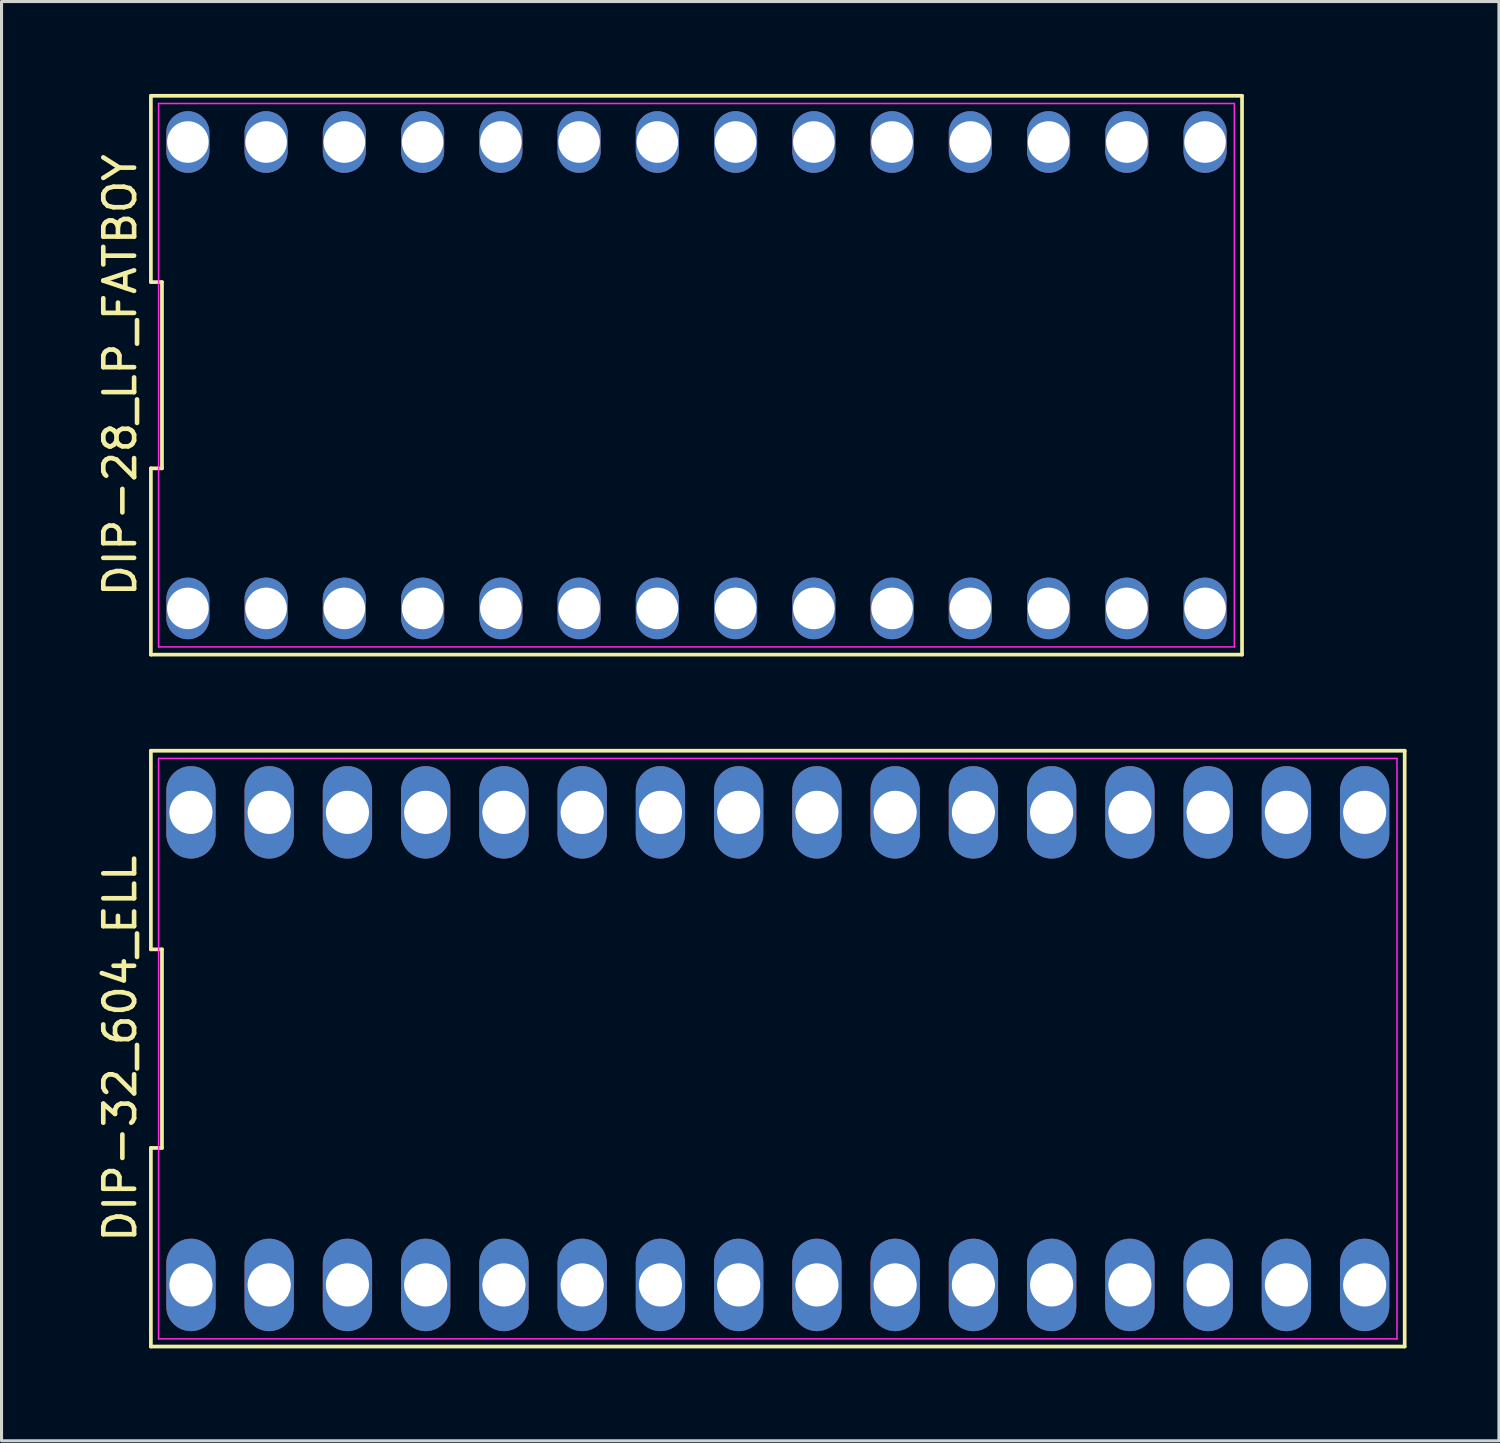
<source format=kicad_pcb>
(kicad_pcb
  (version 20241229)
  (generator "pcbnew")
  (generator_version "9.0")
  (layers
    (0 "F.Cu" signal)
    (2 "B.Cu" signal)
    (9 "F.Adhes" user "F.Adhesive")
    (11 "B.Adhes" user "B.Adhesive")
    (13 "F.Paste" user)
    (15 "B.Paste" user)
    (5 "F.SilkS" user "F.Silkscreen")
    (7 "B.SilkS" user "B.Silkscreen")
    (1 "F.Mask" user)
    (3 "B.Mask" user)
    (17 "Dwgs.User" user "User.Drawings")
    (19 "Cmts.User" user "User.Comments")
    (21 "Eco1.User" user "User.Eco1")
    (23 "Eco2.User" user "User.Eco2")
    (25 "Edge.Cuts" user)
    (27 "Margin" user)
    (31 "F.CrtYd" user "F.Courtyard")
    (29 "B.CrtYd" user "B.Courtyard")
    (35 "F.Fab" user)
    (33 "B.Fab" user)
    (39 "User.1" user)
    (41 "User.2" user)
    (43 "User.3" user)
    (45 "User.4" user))
  (footprint "DIP-28_LP_FATBOY"
    (layer "F.Cu")
    (at 19.558 9.13)
    (property "Reference" "DIP-28_LP_FATBOY" (at -18.71 0 90) (layer "F.SilkS") (effects (font (size 1 1) (thickness 0.15))))
    (fp_line (start -17.71 -9.07) (end -17.71 -3.023) (stroke (width 0.12) (type solid)) (layer "F.SilkS"))
    (fp_line (start -17.71 -3.023) (end -17.35 -3.023) (stroke (width 0.12) (type solid)) (layer "F.SilkS"))
    (fp_line (start -17.71 3.023) (end -17.71 9.07) (stroke (width 0.12) (type solid)) (layer "F.SilkS"))
    (fp_line (start -17.71 9.07) (end 17.71 9.07) (stroke (width 0.12) (type solid)) (layer "F.SilkS"))
    (fp_line (start -17.35 -3.023) (end -17.35 3.023) (stroke (width 0.12) (type solid)) (layer "F.SilkS"))
    (fp_line (start -17.35 3.023) (end -17.71 3.023) (stroke (width 0.12) (type solid)) (layer "F.SilkS"))
    (fp_line (start 17.71 -9.07) (end -17.71 -9.07) (stroke (width 0.12) (type solid)) (layer "F.SilkS"))
    (fp_line (start 17.71 9.07) (end 17.71 -9.07) (stroke (width 0.12) (type solid)) (layer "F.SilkS"))
    (fp_line (start -17.46 -8.82) (end 17.46 -8.82) (stroke (width 0.05) (type solid)) (layer "F.CrtYd"))
    (fp_line (start -17.46 8.82) (end -17.46 -8.82) (stroke (width 0.05) (type solid)) (layer "F.CrtYd"))
    (fp_line (start 17.46 -8.82) (end 17.46 8.82) (stroke (width 0.05) (type solid)) (layer "F.CrtYd"))
    (fp_line (start 17.46 8.82) (end -17.46 8.82) (stroke (width 0.05) (type solid)) (layer "F.CrtYd"))
    (pad "1" thru_hole oval (at -16.51 7.57) (size 1.4 2) (drill 1.35) (layers "*.Cu" "*.Mask"))
    (pad "2" thru_hole oval (at -13.97 7.57) (size 1.4 2) (drill 1.35) (layers "*.Cu" "*.Mask"))
    (pad "3" thru_hole oval (at -11.43 7.57) (size 1.4 2) (drill 1.35) (layers "*.Cu" "*.Mask"))
    (pad "4" thru_hole oval (at -8.89 7.57) (size 1.4 2) (drill 1.35) (layers "*.Cu" "*.Mask"))
    (pad "5" thru_hole oval (at -6.35 7.57) (size 1.4 2) (drill 1.35) (layers "*.Cu" "*.Mask"))
    (pad "6" thru_hole oval (at -3.81 7.57) (size 1.4 2) (drill 1.35) (layers "*.Cu" "*.Mask"))
    (pad "7" thru_hole oval (at -1.27 7.57) (size 1.4 2) (drill 1.35) (layers "*.Cu" "*.Mask"))
    (pad "8" thru_hole oval (at 1.27 7.57) (size 1.4 2) (drill 1.35) (layers "*.Cu" "*.Mask"))
    (pad "9" thru_hole oval (at 3.81 7.57) (size 1.4 2) (drill 1.35) (layers "*.Cu" "*.Mask"))
    (pad "10" thru_hole oval (at 6.35 7.57) (size 1.4 2) (drill 1.35) (layers "*.Cu" "*.Mask"))
    (pad "11" thru_hole oval (at 8.89 7.57) (size 1.4 2) (drill 1.35) (layers "*.Cu" "*.Mask"))
    (pad "12" thru_hole oval (at 11.43 7.57) (size 1.4 2) (drill 1.35) (layers "*.Cu" "*.Mask"))
    (pad "13" thru_hole oval (at 13.97 7.57) (size 1.4 2) (drill 1.35) (layers "*.Cu" "*.Mask"))
    (pad "14" thru_hole oval (at 16.51 7.57) (size 1.4 2) (drill 1.35) (layers "*.Cu" "*.Mask"))
    (pad "15" thru_hole oval (at 16.51 -7.57) (size 1.4 2) (drill 1.35) (layers "*.Cu" "*.Mask"))
    (pad "16" thru_hole oval (at 13.97 -7.57) (size 1.4 2) (drill 1.35) (layers "*.Cu" "*.Mask"))
    (pad "17" thru_hole oval (at 11.43 -7.57) (size 1.4 2) (drill 1.35) (layers "*.Cu" "*.Mask"))
    (pad "18" thru_hole oval (at 8.89 -7.57) (size 1.4 2) (drill 1.35) (layers "*.Cu" "*.Mask"))
    (pad "19" thru_hole oval (at 6.35 -7.57) (size 1.4 2) (drill 1.35) (layers "*.Cu" "*.Mask"))
    (pad "20" thru_hole oval (at 3.81 -7.57) (size 1.4 2) (drill 1.35) (layers "*.Cu" "*.Mask"))
    (pad "21" thru_hole oval (at 1.27 -7.57) (size 1.4 2) (drill 1.35) (layers "*.Cu" "*.Mask"))
    (pad "22" thru_hole oval (at -1.27 -7.57) (size 1.4 2) (drill 1.35) (layers "*.Cu" "*.Mask"))
    (pad "23" thru_hole oval (at -3.81 -7.57) (size 1.4 2) (drill 1.35) (layers "*.Cu" "*.Mask"))
    (pad "24" thru_hole oval (at -6.35 -7.57) (size 1.4 2) (drill 1.35) (layers "*.Cu" "*.Mask"))
    (pad "25" thru_hole oval (at -8.89 -7.57) (size 1.4 2) (drill 1.35) (layers "*.Cu" "*.Mask"))
    (pad "26" thru_hole oval (at -11.43 -7.57) (size 1.4 2) (drill 1.35) (layers "*.Cu" "*.Mask"))
    (pad "27" thru_hole oval (at -13.97 -7.57) (size 1.4 2) (drill 1.35) (layers "*.Cu" "*.Mask"))
    (pad "28" thru_hole oval (at -16.51 -7.57) (size 1.4 2) (drill 1.35) (layers "*.Cu" "*.Mask")))
  (footprint "DIP-32_604_ELL"
    (layer "F.Cu")
    (at 22.198 30.99)
    (property "Reference" "DIP-32_604_ELL" (at -21.35 0 90) (layer "F.SilkS") (effects (font (size 1 1) (thickness 0.15))))
    (fp_line (start -20.35 -9.67) (end -20.35 -3.223) (stroke (width 0.12) (type solid)) (layer "F.SilkS"))
    (fp_line (start -20.35 -3.223) (end -19.99 -3.223) (stroke (width 0.12) (type solid)) (layer "F.SilkS"))
    (fp_line (start -20.35 3.223) (end -20.35 9.67) (stroke (width 0.12) (type solid)) (layer "F.SilkS"))
    (fp_line (start -20.35 9.67) (end 20.35 9.67) (stroke (width 0.12) (type solid)) (layer "F.SilkS"))
    (fp_line (start -19.99 -3.223) (end -19.99 3.223) (stroke (width 0.12) (type solid)) (layer "F.SilkS"))
    (fp_line (start -19.99 3.223) (end -20.35 3.223) (stroke (width 0.12) (type solid)) (layer "F.SilkS"))
    (fp_line (start 20.35 -9.67) (end -20.35 -9.67) (stroke (width 0.12) (type solid)) (layer "F.SilkS"))
    (fp_line (start 20.35 9.67) (end 20.35 -9.67) (stroke (width 0.12) (type solid)) (layer "F.SilkS"))
    (fp_line (start -20.1 -9.42) (end 20.1 -9.42) (stroke (width 0.05) (type solid)) (layer "F.CrtYd"))
    (fp_line (start -20.1 9.42) (end -20.1 -9.42) (stroke (width 0.05) (type solid)) (layer "F.CrtYd"))
    (fp_line (start 20.1 -9.42) (end 20.1 9.42) (stroke (width 0.05) (type solid)) (layer "F.CrtYd"))
    (fp_line (start 20.1 9.42) (end -20.1 9.42) (stroke (width 0.05) (type solid)) (layer "F.CrtYd"))
    (pad "1" thru_hole oval (at -19.05 7.67) (size 1.6 3) (drill 1.4) (layers "*.Cu" "*.Mask"))
    (pad "2" thru_hole oval (at -16.51 7.67) (size 1.6 3) (drill 1.4) (layers "*.Cu" "*.Mask"))
    (pad "3" thru_hole oval (at -13.97 7.67) (size 1.6 3) (drill 1.4) (layers "*.Cu" "*.Mask"))
    (pad "4" thru_hole oval (at -11.43 7.67) (size 1.6 3) (drill 1.4) (layers "*.Cu" "*.Mask"))
    (pad "5" thru_hole oval (at -8.89 7.67) (size 1.6 3) (drill 1.4) (layers "*.Cu" "*.Mask"))
    (pad "6" thru_hole oval (at -6.35 7.67) (size 1.6 3) (drill 1.4) (layers "*.Cu" "*.Mask"))
    (pad "7" thru_hole oval (at -3.81 7.67) (size 1.6 3) (drill 1.4) (layers "*.Cu" "*.Mask"))
    (pad "8" thru_hole oval (at -1.27 7.67) (size 1.6 3) (drill 1.4) (layers "*.Cu" "*.Mask"))
    (pad "9" thru_hole oval (at 1.27 7.67) (size 1.6 3) (drill 1.4) (layers "*.Cu" "*.Mask"))
    (pad "10" thru_hole oval (at 3.81 7.67) (size 1.6 3) (drill 1.4) (layers "*.Cu" "*.Mask"))
    (pad "11" thru_hole oval (at 6.35 7.67) (size 1.6 3) (drill 1.4) (layers "*.Cu" "*.Mask"))
    (pad "12" thru_hole oval (at 8.89 7.67) (size 1.6 3) (drill 1.4) (layers "*.Cu" "*.Mask"))
    (pad "13" thru_hole oval (at 11.43 7.67) (size 1.6 3) (drill 1.4) (layers "*.Cu" "*.Mask"))
    (pad "14" thru_hole oval (at 13.97 7.67) (size 1.6 3) (drill 1.4) (layers "*.Cu" "*.Mask"))
    (pad "15" thru_hole oval (at 16.51 7.67) (size 1.6 3) (drill 1.4) (layers "*.Cu" "*.Mask"))
    (pad "16" thru_hole oval (at 19.05 7.67) (size 1.6 3) (drill 1.4) (layers "*.Cu" "*.Mask"))
    (pad "17" thru_hole oval (at 19.05 -7.67) (size 1.6 3) (drill 1.4) (layers "*.Cu" "*.Mask"))
    (pad "18" thru_hole oval (at 16.51 -7.67) (size 1.6 3) (drill 1.4) (layers "*.Cu" "*.Mask"))
    (pad "19" thru_hole oval (at 13.97 -7.67) (size 1.6 3) (drill 1.4) (layers "*.Cu" "*.Mask"))
    (pad "20" thru_hole oval (at 11.43 -7.67) (size 1.6 3) (drill 1.4) (layers "*.Cu" "*.Mask"))
    (pad "21" thru_hole oval (at 8.89 -7.67) (size 1.6 3) (drill 1.4) (layers "*.Cu" "*.Mask"))
    (pad "22" thru_hole oval (at 6.35 -7.67) (size 1.6 3) (drill 1.4) (layers "*.Cu" "*.Mask"))
    (pad "23" thru_hole oval (at 3.81 -7.67) (size 1.6 3) (drill 1.4) (layers "*.Cu" "*.Mask"))
    (pad "24" thru_hole oval (at 1.27 -7.67) (size 1.6 3) (drill 1.4) (layers "*.Cu" "*.Mask"))
    (pad "25" thru_hole oval (at -1.27 -7.67) (size 1.6 3) (drill 1.4) (layers "*.Cu" "*.Mask"))
    (pad "26" thru_hole oval (at -3.81 -7.67) (size 1.6 3) (drill 1.4) (layers "*.Cu" "*.Mask"))
    (pad "27" thru_hole oval (at -6.35 -7.67) (size 1.6 3) (drill 1.4) (layers "*.Cu" "*.Mask"))
    (pad "28" thru_hole oval (at -8.89 -7.67) (size 1.6 3) (drill 1.4) (layers "*.Cu" "*.Mask"))
    (pad "29" thru_hole oval (at -11.43 -7.67) (size 1.6 3) (drill 1.4) (layers "*.Cu" "*.Mask"))
    (pad "30" thru_hole oval (at -13.97 -7.67) (size 1.6 3) (drill 1.4) (layers "*.Cu" "*.Mask"))
    (pad "31" thru_hole oval (at -16.51 -7.67) (size 1.6 3) (drill 1.4) (layers "*.Cu" "*.Mask"))
    (pad "32" thru_hole oval (at -19.05 -7.67) (size 1.6 3) (drill 1.4) (layers "*.Cu" "*.Mask")))
  (gr_rect
    (start -3 -3)
    (end 45.608 43.72)
    (stroke (width 0.1) (type default))
    (fill no)
    (layer "Edge.Cuts")))
</source>
